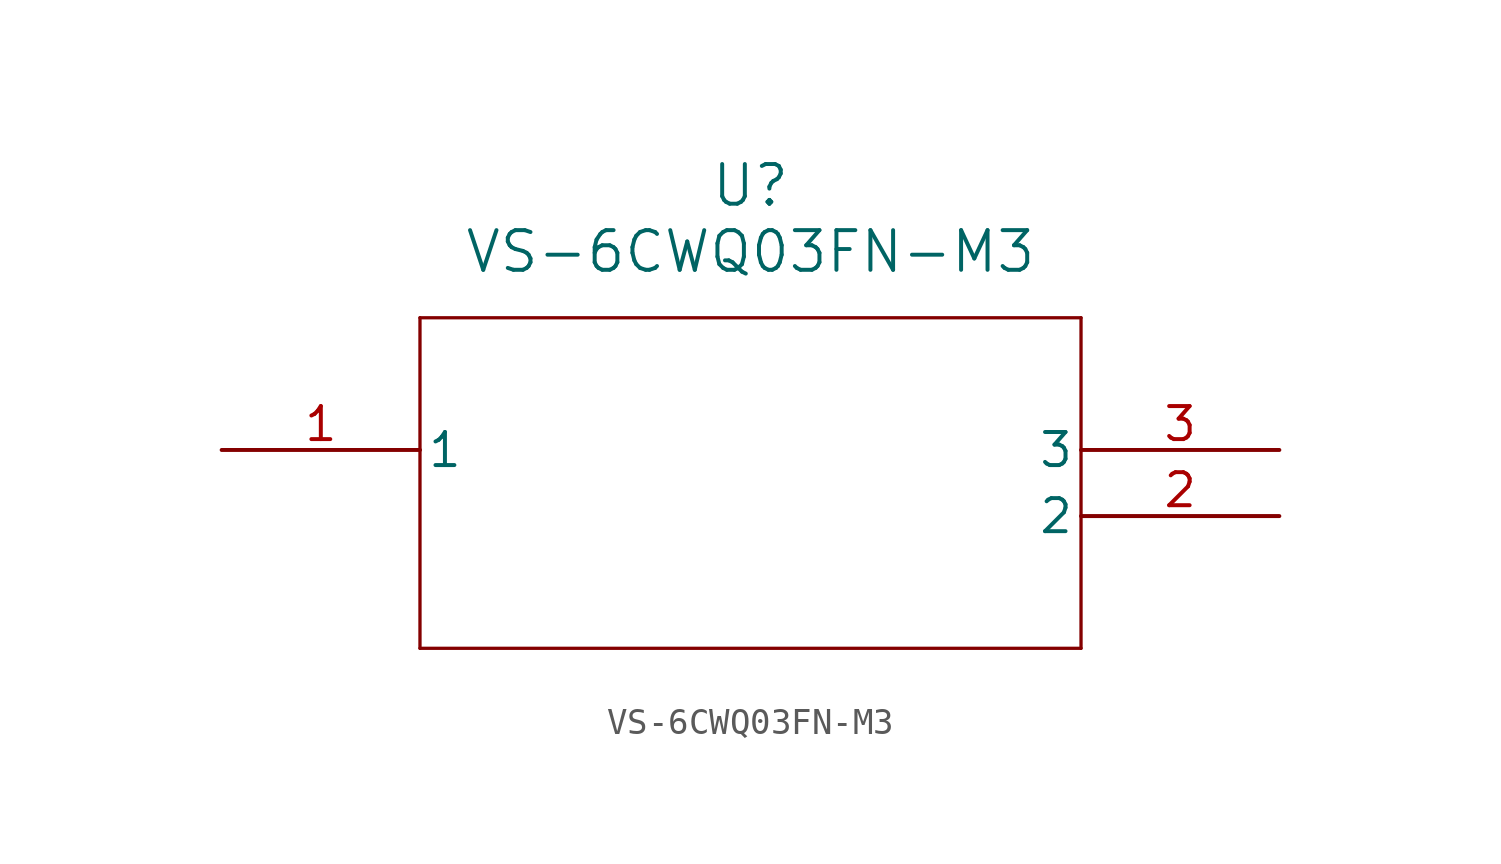
<source format=kicad_sym>
(kicad_symbol_lib
  (version 20211014)
  (generator kicad_symbol_editor)
  (symbol "VS-6CWQ03FN-M3"
    (pin_names
      (offset 0.254))
    (property "Reference" "U"
      (at 20.32 10.16 0)
      (effects (font (size 1.524 1.524))))
    (property "Value" "VS-6CWQ03FN-M3"
      (at 20.32 7.62 0)
      (effects (font (size 1.524 1.524))))
    (symbol "VS-6CWQ03FN-M3_0_1"
      (polyline (pts (xy 7.62 5.08) (xy 7.62 -7.62)) (stroke (width 0.127) (type default) (color 0 0 0 0)) (fill (type none)))
      (polyline (pts (xy 7.62 -7.62) (xy 33.02 -7.62)) (stroke (width 0.127) (type default) (color 0 0 0 0)) (fill (type none)))
      (polyline (pts (xy 33.02 -7.62) (xy 33.02 5.08)) (stroke (width 0.127) (type default) (color 0 0 0 0)) (fill (type none)))
      (polyline (pts (xy 33.02 5.08) (xy 7.62 5.08)) (stroke (width 0.127) (type default) (color 0 0 0 0)) (fill (type none)))
      (pin unspecified line (at 0 0 0) (length 7.62) (name "1" (effects (font (size 1.27 1.27)))) (number "1" (effects (font (size 1.27 1.27)))))
      (pin unspecified line (at 40.64 -2.54 180) (length 7.62) (name "2" (effects (font (size 1.27 1.27)))) (number "2" (effects (font (size 1.27 1.27)))))
      (pin unspecified line (at 40.64 0 180) (length 7.62) (name "3" (effects (font (size 1.27 1.27)))) (number "3" (effects (font (size 1.27 1.27))))))))
</source>
